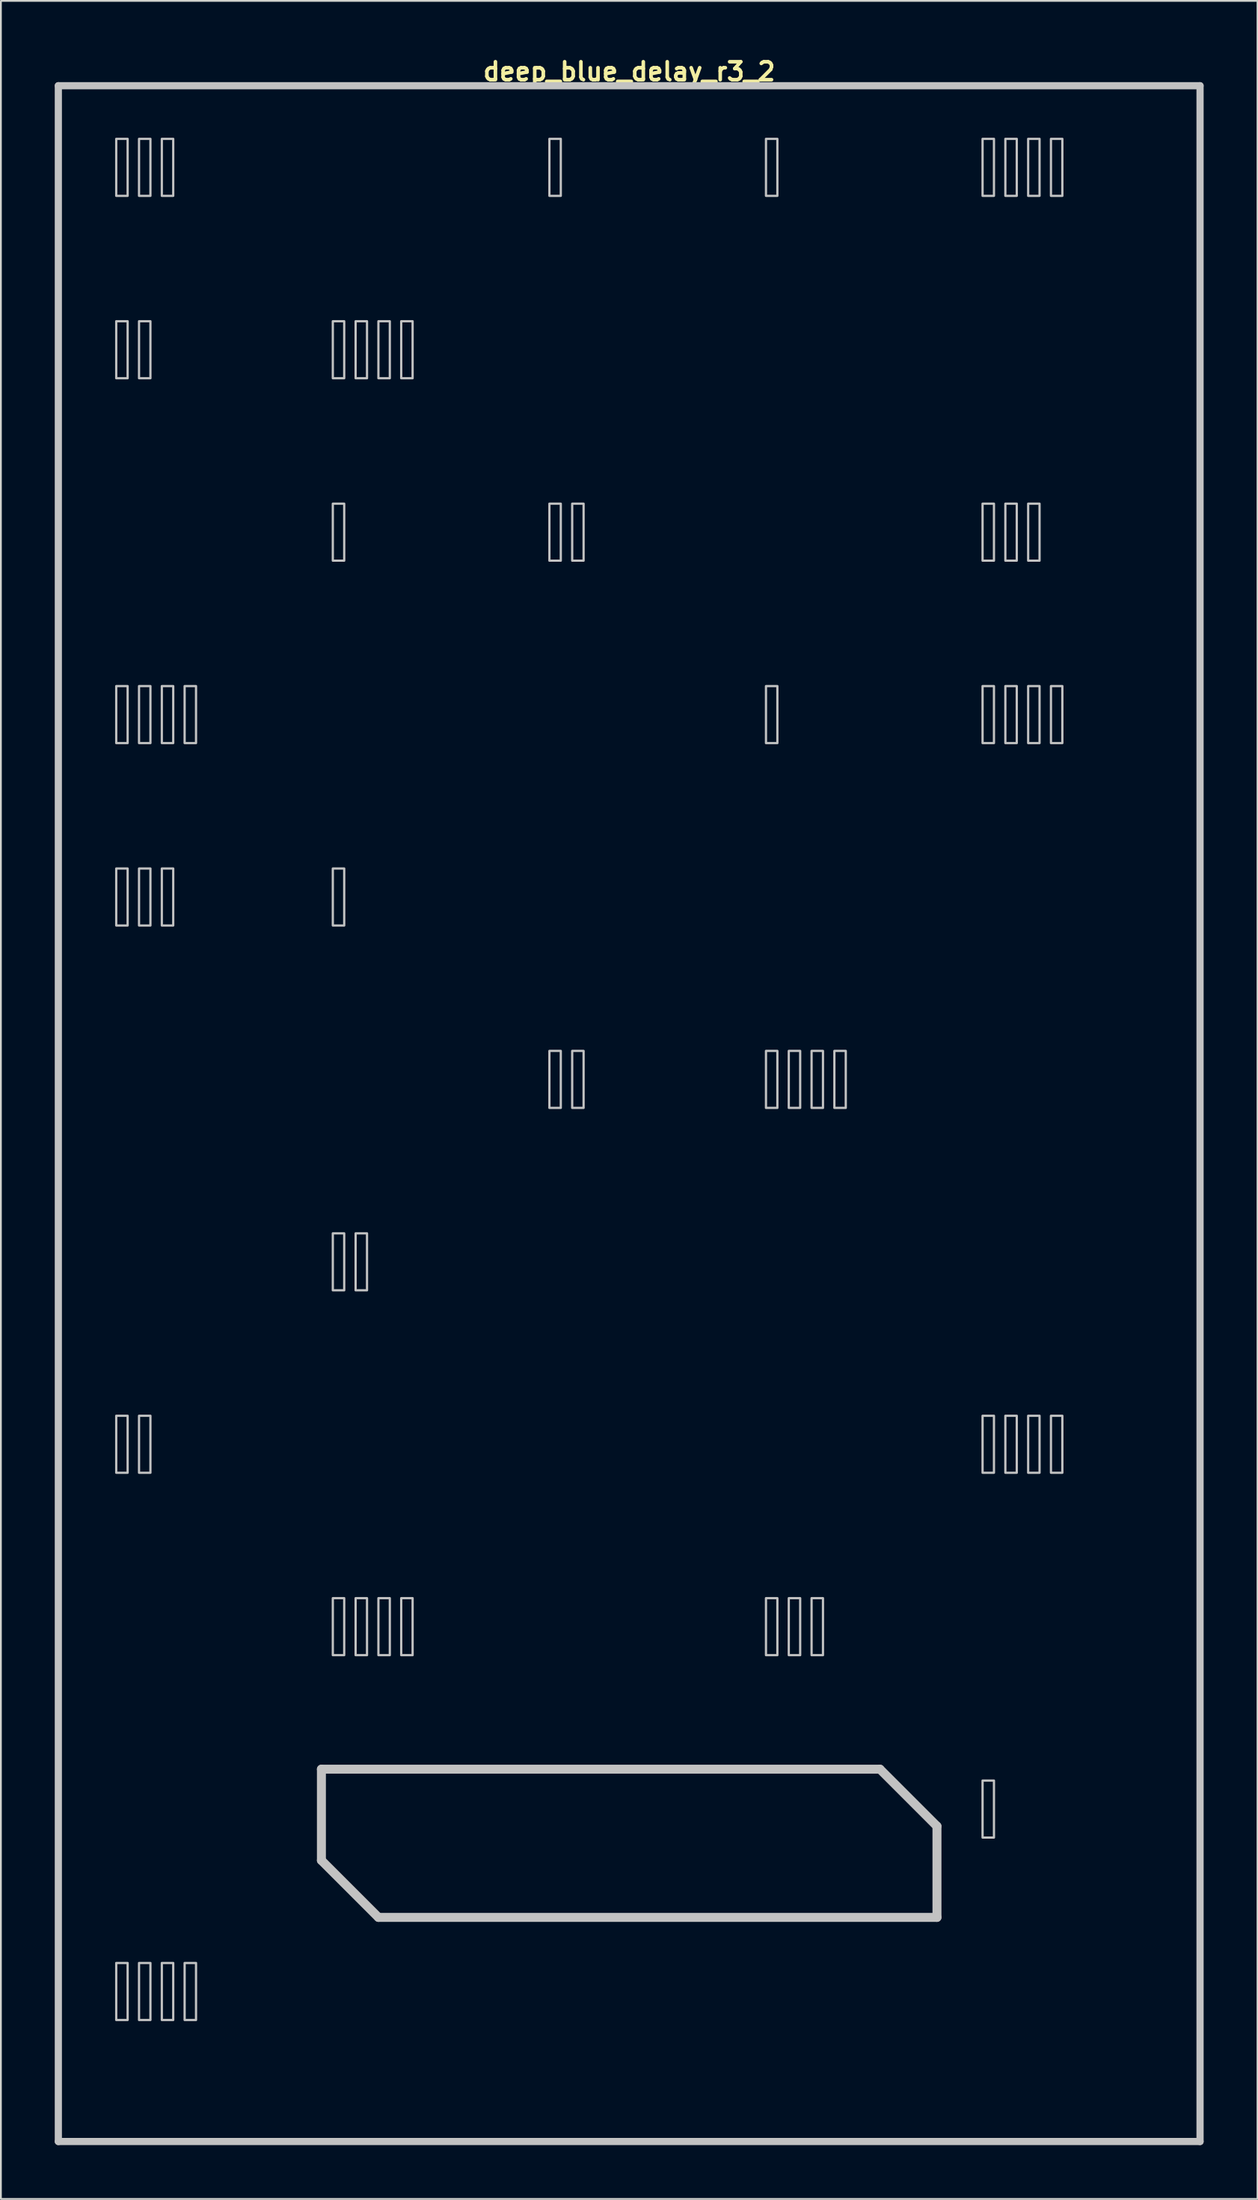
<source format=kicad_pcb>
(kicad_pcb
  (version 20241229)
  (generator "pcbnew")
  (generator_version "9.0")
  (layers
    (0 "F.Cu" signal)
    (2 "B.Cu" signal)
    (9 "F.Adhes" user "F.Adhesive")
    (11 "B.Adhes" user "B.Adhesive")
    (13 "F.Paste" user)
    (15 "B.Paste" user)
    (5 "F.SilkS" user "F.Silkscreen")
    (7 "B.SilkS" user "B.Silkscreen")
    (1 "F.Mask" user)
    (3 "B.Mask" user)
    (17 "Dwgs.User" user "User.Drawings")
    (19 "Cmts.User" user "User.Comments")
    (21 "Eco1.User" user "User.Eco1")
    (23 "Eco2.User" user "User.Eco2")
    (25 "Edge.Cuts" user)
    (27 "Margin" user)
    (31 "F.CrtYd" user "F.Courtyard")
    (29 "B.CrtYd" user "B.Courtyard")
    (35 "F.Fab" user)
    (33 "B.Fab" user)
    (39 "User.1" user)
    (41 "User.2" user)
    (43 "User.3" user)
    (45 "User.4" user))
  (footprint "deep_blue_delay_r3_2"
    (layer "F.Cu")
    (at 32 58.975)
    (property "Reference" "deep_blue_delay_r3_2" (at 0 -58.039 0) (layer "F.SilkS") (effects (font (size 1 1) (thickness 0.2))))
    (attr through_hole)
    (fp_line (start -31.8 -57.25) (end -31.8 57.25) (stroke (width 0.4) (type solid)) (layer "Dwgs.User"))
    (fp_line (start -31.8 -57.25) (end 31.8 -57.25) (stroke (width 0.4) (type solid)) (layer "Dwgs.User"))
    (fp_line (start -31.8 57.25) (end 31.8 57.25) (stroke (width 0.4) (type solid)) (layer "Dwgs.User"))
    (fp_line (start -17.145 36.513) (end -17.145 41.593) (stroke (width 0.5) (type solid)) (layer "Dwgs.User"))
    (fp_line (start -17.145 36.513) (end 13.97 36.513) (stroke (width 0.5) (type solid)) (layer "Dwgs.User"))
    (fp_line (start -17.145 41.593) (end -13.97 44.767) (stroke (width 0.5) (type solid)) (layer "Dwgs.User"))
    (fp_line (start -13.97 44.767) (end 17.145 44.767) (stroke (width 0.5) (type solid)) (layer "Dwgs.User"))
    (fp_line (start 13.97 36.513) (end 17.145 39.688) (stroke (width 0.5) (type solid)) (layer "Dwgs.User"))
    (fp_line (start 17.145 39.688) (end 17.145 44.767) (stroke (width 0.5) (type solid)) (layer "Dwgs.User"))
    (fp_line (start 31.8 -57.25) (end 31.8 57.25) (stroke (width 0.4) (type solid)) (layer "Dwgs.User"))
    (fp_poly (pts (xy -27.94 -51.117) (xy -28.575 -51.117) (xy -28.575 -54.292) (xy -27.94 -54.292)) (stroke (width 0.125) (type solid)) (fill no) (layer "Dwgs.User"))
    (fp_poly (pts (xy -27.94 -40.958) (xy -28.575 -40.958) (xy -28.575 -44.133) (xy -27.94 -44.133)) (stroke (width 0.125) (type solid)) (fill no) (layer "Dwgs.User"))
    (fp_poly (pts (xy -27.94 -20.637) (xy -28.575 -20.637) (xy -28.575 -23.812) (xy -27.94 -23.812)) (stroke (width 0.125) (type solid)) (fill no) (layer "Dwgs.User"))
    (fp_poly (pts (xy -27.94 -10.477) (xy -28.575 -10.477) (xy -28.575 -13.652) (xy -27.94 -13.652)) (stroke (width 0.125) (type solid)) (fill no) (layer "Dwgs.User"))
    (fp_poly (pts (xy -27.94 20.003) (xy -28.575 20.003) (xy -28.575 16.828) (xy -27.94 16.828)) (stroke (width 0.125) (type solid)) (fill no) (layer "Dwgs.User"))
    (fp_poly (pts (xy -27.94 50.483) (xy -28.575 50.483) (xy -28.575 47.307) (xy -27.94 47.307)) (stroke (width 0.125) (type solid)) (fill no) (layer "Dwgs.User"))
    (fp_poly (pts (xy -26.67 -51.117) (xy -27.305 -51.117) (xy -27.305 -54.292) (xy -26.67 -54.292)) (stroke (width 0.125) (type solid)) (fill no) (layer "Dwgs.User"))
    (fp_poly (pts (xy -26.67 -40.958) (xy -27.305 -40.958) (xy -27.305 -44.133) (xy -26.67 -44.133)) (stroke (width 0.125) (type solid)) (fill no) (layer "Dwgs.User"))
    (fp_poly (pts (xy -26.67 -20.637) (xy -27.305 -20.637) (xy -27.305 -23.812) (xy -26.67 -23.812)) (stroke (width 0.125) (type solid)) (fill no) (layer "Dwgs.User"))
    (fp_poly (pts (xy -26.67 -10.477) (xy -27.305 -10.477) (xy -27.305 -13.652) (xy -26.67 -13.652)) (stroke (width 0.125) (type solid)) (fill no) (layer "Dwgs.User"))
    (fp_poly (pts (xy -26.67 20.003) (xy -27.305 20.003) (xy -27.305 16.828) (xy -26.67 16.828)) (stroke (width 0.125) (type solid)) (fill no) (layer "Dwgs.User"))
    (fp_poly (pts (xy -26.67 50.483) (xy -27.305 50.483) (xy -27.305 47.307) (xy -26.67 47.307)) (stroke (width 0.125) (type solid)) (fill no) (layer "Dwgs.User"))
    (fp_poly (pts (xy -25.4 -51.117) (xy -26.035 -51.117) (xy -26.035 -54.292) (xy -25.4 -54.292)) (stroke (width 0.125) (type solid)) (fill no) (layer "Dwgs.User"))
    (fp_poly (pts (xy -25.4 -20.637) (xy -26.035 -20.637) (xy -26.035 -23.812) (xy -25.4 -23.812)) (stroke (width 0.125) (type solid)) (fill no) (layer "Dwgs.User"))
    (fp_poly (pts (xy -25.4 -10.477) (xy -26.035 -10.477) (xy -26.035 -13.652) (xy -25.4 -13.652)) (stroke (width 0.125) (type solid)) (fill no) (layer "Dwgs.User"))
    (fp_poly (pts (xy -25.4 50.483) (xy -26.035 50.483) (xy -26.035 47.307) (xy -25.4 47.307)) (stroke (width 0.125) (type solid)) (fill no) (layer "Dwgs.User"))
    (fp_poly (pts (xy -24.13 -20.637) (xy -24.765 -20.637) (xy -24.765 -23.812) (xy -24.13 -23.812)) (stroke (width 0.125) (type solid)) (fill no) (layer "Dwgs.User"))
    (fp_poly (pts (xy -24.13 50.483) (xy -24.765 50.483) (xy -24.765 47.307) (xy -24.13 47.307)) (stroke (width 0.125) (type solid)) (fill no) (layer "Dwgs.User"))
    (fp_poly (pts (xy -15.875 -40.958) (xy -16.51 -40.958) (xy -16.51 -44.133) (xy -15.875 -44.133)) (stroke (width 0.125) (type solid)) (fill no) (layer "Dwgs.User"))
    (fp_poly (pts (xy -15.875 -30.797) (xy -16.51 -30.797) (xy -16.51 -33.972) (xy -15.875 -33.972)) (stroke (width 0.125) (type solid)) (fill no) (layer "Dwgs.User"))
    (fp_poly (pts (xy -15.875 -10.477) (xy -16.51 -10.477) (xy -16.51 -13.652) (xy -15.875 -13.652)) (stroke (width 0.125) (type solid)) (fill no) (layer "Dwgs.User"))
    (fp_poly (pts (xy -15.875 9.842) (xy -16.51 9.842) (xy -16.51 6.668) (xy -15.875 6.668)) (stroke (width 0.125) (type solid)) (fill no) (layer "Dwgs.User"))
    (fp_poly (pts (xy -15.875 30.163) (xy -16.51 30.163) (xy -16.51 26.988) (xy -15.875 26.988)) (stroke (width 0.125) (type solid)) (fill no) (layer "Dwgs.User"))
    (fp_poly (pts (xy -14.605 -40.958) (xy -15.24 -40.958) (xy -15.24 -44.133) (xy -14.605 -44.133)) (stroke (width 0.125) (type solid)) (fill no) (layer "Dwgs.User"))
    (fp_poly (pts (xy -14.605 9.842) (xy -15.24 9.842) (xy -15.24 6.668) (xy -14.605 6.668)) (stroke (width 0.125) (type solid)) (fill no) (layer "Dwgs.User"))
    (fp_poly (pts (xy -14.605 30.163) (xy -15.24 30.163) (xy -15.24 26.988) (xy -14.605 26.988)) (stroke (width 0.125) (type solid)) (fill no) (layer "Dwgs.User"))
    (fp_poly (pts (xy -13.335 -40.958) (xy -13.97 -40.958) (xy -13.97 -44.133) (xy -13.335 -44.133)) (stroke (width 0.125) (type solid)) (fill no) (layer "Dwgs.User"))
    (fp_poly (pts (xy -13.335 30.163) (xy -13.97 30.163) (xy -13.97 26.988) (xy -13.335 26.988)) (stroke (width 0.125) (type solid)) (fill no) (layer "Dwgs.User"))
    (fp_poly (pts (xy -12.065 -40.958) (xy -12.7 -40.958) (xy -12.7 -44.133) (xy -12.065 -44.133)) (stroke (width 0.125) (type solid)) (fill no) (layer "Dwgs.User"))
    (fp_poly (pts (xy -12.065 30.163) (xy -12.7 30.163) (xy -12.7 26.988) (xy -12.065 26.988)) (stroke (width 0.125) (type solid)) (fill no) (layer "Dwgs.User"))
    (fp_poly (pts (xy -3.81 -51.117) (xy -4.445 -51.117) (xy -4.445 -54.292) (xy -3.81 -54.292)) (stroke (width 0.125) (type solid)) (fill no) (layer "Dwgs.User"))
    (fp_poly (pts (xy -3.81 -30.797) (xy -4.445 -30.797) (xy -4.445 -33.972) (xy -3.81 -33.972)) (stroke (width 0.125) (type solid)) (fill no) (layer "Dwgs.User"))
    (fp_poly (pts (xy -3.81 -0.318) (xy -4.445 -0.318) (xy -4.445 -3.493) (xy -3.81 -3.493)) (stroke (width 0.125) (type solid)) (fill no) (layer "Dwgs.User"))
    (fp_poly (pts (xy -2.54 -30.797) (xy -3.175 -30.797) (xy -3.175 -33.972) (xy -2.54 -33.972)) (stroke (width 0.125) (type solid)) (fill no) (layer "Dwgs.User"))
    (fp_poly (pts (xy -2.54 -0.318) (xy -3.175 -0.318) (xy -3.175 -3.493) (xy -2.54 -3.493)) (stroke (width 0.125) (type solid)) (fill no) (layer "Dwgs.User"))
    (fp_poly (pts (xy 8.255 -51.117) (xy 7.62 -51.117) (xy 7.62 -54.292) (xy 8.255 -54.292)) (stroke (width 0.125) (type solid)) (fill no) (layer "Dwgs.User"))
    (fp_poly (pts (xy 8.255 -20.637) (xy 7.62 -20.637) (xy 7.62 -23.812) (xy 8.255 -23.812)) (stroke (width 0.125) (type solid)) (fill no) (layer "Dwgs.User"))
    (fp_poly (pts (xy 8.255 -0.318) (xy 7.62 -0.318) (xy 7.62 -3.493) (xy 8.255 -3.493)) (stroke (width 0.125) (type solid)) (fill no) (layer "Dwgs.User"))
    (fp_poly (pts (xy 8.255 30.163) (xy 7.62 30.163) (xy 7.62 26.988) (xy 8.255 26.988)) (stroke (width 0.125) (type solid)) (fill no) (layer "Dwgs.User"))
    (fp_poly (pts (xy 9.525 -0.318) (xy 8.89 -0.318) (xy 8.89 -3.493) (xy 9.525 -3.493)) (stroke (width 0.125) (type solid)) (fill no) (layer "Dwgs.User"))
    (fp_poly (pts (xy 9.525 30.163) (xy 8.89 30.163) (xy 8.89 26.988) (xy 9.525 26.988)) (stroke (width 0.125) (type solid)) (fill no) (layer "Dwgs.User"))
    (fp_poly (pts (xy 10.795 -0.318) (xy 10.16 -0.318) (xy 10.16 -3.493) (xy 10.795 -3.493)) (stroke (width 0.125) (type solid)) (fill no) (layer "Dwgs.User"))
    (fp_poly (pts (xy 10.795 30.163) (xy 10.16 30.163) (xy 10.16 26.988) (xy 10.795 26.988)) (stroke (width 0.125) (type solid)) (fill no) (layer "Dwgs.User"))
    (fp_poly (pts (xy 12.065 -0.318) (xy 11.43 -0.318) (xy 11.43 -3.493) (xy 12.065 -3.493)) (stroke (width 0.125) (type solid)) (fill no) (layer "Dwgs.User"))
    (fp_poly (pts (xy 20.32 -51.117) (xy 19.685 -51.117) (xy 19.685 -54.292) (xy 20.32 -54.292)) (stroke (width 0.125) (type solid)) (fill no) (layer "Dwgs.User"))
    (fp_poly (pts (xy 20.32 -30.797) (xy 19.685 -30.797) (xy 19.685 -33.972) (xy 20.32 -33.972)) (stroke (width 0.125) (type solid)) (fill no) (layer "Dwgs.User"))
    (fp_poly (pts (xy 20.32 -20.637) (xy 19.685 -20.637) (xy 19.685 -23.812) (xy 20.32 -23.812)) (stroke (width 0.125) (type solid)) (fill no) (layer "Dwgs.User"))
    (fp_poly (pts (xy 20.32 20.003) (xy 19.685 20.003) (xy 19.685 16.828) (xy 20.32 16.828)) (stroke (width 0.125) (type solid)) (fill no) (layer "Dwgs.User"))
    (fp_poly (pts (xy 20.32 40.322) (xy 19.685 40.322) (xy 19.685 37.148) (xy 20.32 37.148)) (stroke (width 0.125) (type solid)) (fill no) (layer "Dwgs.User"))
    (fp_poly (pts (xy 21.59 -51.117) (xy 20.955 -51.117) (xy 20.955 -54.292) (xy 21.59 -54.292)) (stroke (width 0.125) (type solid)) (fill no) (layer "Dwgs.User"))
    (fp_poly (pts (xy 21.59 -30.797) (xy 20.955 -30.797) (xy 20.955 -33.972) (xy 21.59 -33.972)) (stroke (width 0.125) (type solid)) (fill no) (layer "Dwgs.User"))
    (fp_poly (pts (xy 21.59 -20.637) (xy 20.955 -20.637) (xy 20.955 -23.812) (xy 21.59 -23.812)) (stroke (width 0.125) (type solid)) (fill no) (layer "Dwgs.User"))
    (fp_poly (pts (xy 21.59 20.003) (xy 20.955 20.003) (xy 20.955 16.828) (xy 21.59 16.828)) (stroke (width 0.125) (type solid)) (fill no) (layer "Dwgs.User"))
    (fp_poly (pts (xy 22.86 -51.117) (xy 22.225 -51.117) (xy 22.225 -54.292) (xy 22.86 -54.292)) (stroke (width 0.125) (type solid)) (fill no) (layer "Dwgs.User"))
    (fp_poly (pts (xy 22.86 -30.797) (xy 22.225 -30.797) (xy 22.225 -33.972) (xy 22.86 -33.972)) (stroke (width 0.125) (type solid)) (fill no) (layer "Dwgs.User"))
    (fp_poly (pts (xy 22.86 -20.637) (xy 22.225 -20.637) (xy 22.225 -23.812) (xy 22.86 -23.812)) (stroke (width 0.125) (type solid)) (fill no) (layer "Dwgs.User"))
    (fp_poly (pts (xy 22.86 20.003) (xy 22.225 20.003) (xy 22.225 16.828) (xy 22.86 16.828)) (stroke (width 0.125) (type solid)) (fill no) (layer "Dwgs.User"))
    (fp_poly (pts (xy 24.13 -51.117) (xy 23.495 -51.117) (xy 23.495 -54.292) (xy 24.13 -54.292)) (stroke (width 0.125) (type solid)) (fill no) (layer "Dwgs.User"))
    (fp_poly (pts (xy 24.13 -20.637) (xy 23.495 -20.637) (xy 23.495 -23.812) (xy 24.13 -23.812)) (stroke (width 0.125) (type solid)) (fill no) (layer "Dwgs.User"))
    (fp_poly (pts (xy 24.13 20.003) (xy 23.495 20.003) (xy 23.495 16.828) (xy 24.13 16.828)) (stroke (width 0.125) (type solid)) (fill no) (layer "Dwgs.User"))
    (fp_line (start -31.8 -57.25) (end -31.8 57.25) (stroke (width 0.4) (type solid)) (layer "Eco1.User"))
    (fp_line (start -31.8 -57.25) (end 31.8 -57.25) (stroke (width 0.4) (type solid)) (layer "Eco1.User"))
    (fp_line (start -31.8 57.25) (end 31.8 57.25) (stroke (width 0.4) (type solid)) (layer "Eco1.User"))
    (fp_line (start -30.45 -55.75) (end -30.45 55.75) (stroke (width 0.4) (type solid)) (layer "Eco1.User"))
    (fp_line (start -30.45 -55.75) (end 30.45 -55.75) (stroke (width 0.4) (type solid)) (layer "Eco1.User"))
    (fp_line (start -30.45 55.75) (end 30.45 55.75) (stroke (width 0.4) (type solid)) (layer "Eco1.User"))
    (fp_line (start 30.45 -55.75) (end 30.45 55.75) (stroke (width 0.4) (type solid)) (layer "Eco1.User"))
    (fp_line (start 31.8 -57.25) (end 31.8 57.25) (stroke (width 0.4) (type solid)) (layer "Eco1.User"))
    (fp_circle (center -19.05 -40.44) (end -15.35 -40.44) (stroke (width 0.4) (type solid)) (fill no) (layer "Eco1.User"))
    (fp_circle (center -19.05 -40.44) (end -9.55 -40.44) (stroke (width 0.4) (type solid)) (fill no) (layer "Eco1.User"))
    (fp_circle (center -8.89 -50.8) (end -7.39 -50.8) (stroke (width 0.4) (type solid)) (fill no) (layer "Eco1.User"))
    (fp_circle (center -8.89 -50.8) (end -5.39 -50.8) (stroke (width 0.4) (type solid)) (fill no) (layer "Eco1.User"))
    (fp_circle (center 0 -26.47) (end 3.7 -26.47) (stroke (width 0.4) (type solid)) (fill no) (layer "Eco1.User"))
    (fp_circle (center 0 -26.47) (end 9.5 -26.47) (stroke (width 0.4) (type solid)) (fill no) (layer "Eco1.User"))
    (fp_circle (center 0 -7.62) (end 2.65 -7.62) (stroke (width 0.4) (type solid)) (fill no) (layer "Eco1.User"))
    (fp_circle (center 0 19.05) (end 6.5 19.05) (stroke (width 0.4) (type solid)) (fill no) (layer "Eco1.User"))
    (fp_circle (center 0 19.05) (end 9.75 19.05) (stroke (width 0.4) (type solid)) (fill no) (layer "Eco1.User"))
    (fp_circle (center 8.89 -50.8) (end 10.39 -50.8) (stroke (width 0.4) (type solid)) (fill no) (layer "Eco1.User"))
    (fp_circle (center 8.89 -50.8) (end 12.39 -50.8) (stroke (width 0.4) (type solid)) (fill no) (layer "Eco1.User"))
    (fp_circle (center 19.05 -40.44) (end 22.75 -40.44) (stroke (width 0.4) (type solid)) (fill no) (layer "Eco1.User"))
    (fp_circle (center 19.05 -40.44) (end 28.55 -40.44) (stroke (width 0.4) (type solid)) (fill no) (layer "Eco1.User"))
    (fp_line (start -31.8 -57.25) (end -31.8 57.25) (stroke (width 0.4) (type solid)) (layer "Eco2.User"))
    (fp_line (start -31.8 -57.25) (end 31.8 -57.25) (stroke (width 0.4) (type solid)) (layer "Eco2.User"))
    (fp_line (start -31.8 57.25) (end 31.8 57.25) (stroke (width 0.4) (type solid)) (layer "Eco2.User"))
    (fp_line (start -29.21 -54.928) (end -29.21 -49.847) (stroke (width 0.5) (type solid)) (layer "Eco2.User"))
    (fp_line (start -29.21 -54.928) (end -22.225 -54.928) (stroke (width 0.5) (type solid)) (layer "Eco2.User"))
    (fp_line (start -29.21 -49.847) (end -26.035 -46.672) (stroke (width 0.5) (type solid)) (layer "Eco2.User"))
    (fp_line (start -29.21 -44.767) (end -29.21 -39.688) (stroke (width 0.5) (type solid)) (layer "Eco2.User"))
    (fp_line (start -29.21 -44.767) (end -22.225 -44.767) (stroke (width 0.5) (type solid)) (layer "Eco2.User"))
    (fp_line (start -29.21 -39.688) (end -26.035 -36.513) (stroke (width 0.5) (type solid)) (layer "Eco2.User"))
    (fp_line (start -29.21 -34.608) (end -29.21 -29.527) (stroke (width 0.5) (type solid)) (layer "Eco2.User"))
    (fp_line (start -29.21 -34.608) (end -22.225 -34.608) (stroke (width 0.5) (type solid)) (layer "Eco2.User"))
    (fp_line (start -29.21 -29.527) (end -26.035 -26.352) (stroke (width 0.5) (type solid)) (layer "Eco2.User"))
    (fp_line (start -29.21 -24.448) (end -29.21 -19.367) (stroke (width 0.5) (type solid)) (layer "Eco2.User"))
    (fp_line (start -29.21 -24.448) (end -22.225 -24.448) (stroke (width 0.5) (type solid)) (layer "Eco2.User"))
    (fp_line (start -29.21 -19.367) (end -26.035 -16.192) (stroke (width 0.5) (type solid)) (layer "Eco2.User"))
    (fp_line (start -29.21 -14.287) (end -29.21 -9.207) (stroke (width 0.5) (type solid)) (layer "Eco2.User"))
    (fp_line (start -29.21 -14.287) (end -22.225 -14.287) (stroke (width 0.5) (type solid)) (layer "Eco2.User"))
    (fp_line (start -29.21 -9.207) (end -26.035 -6.032) (stroke (width 0.5) (type solid)) (layer "Eco2.User"))
    (fp_line (start -29.21 -4.128) (end -29.21 0.953) (stroke (width 0.5) (type solid)) (layer "Eco2.User"))
    (fp_line (start -29.21 -4.128) (end -22.225 -4.128) (stroke (width 0.5) (type solid)) (layer "Eco2.User"))
    (fp_line (start -29.21 0.953) (end -26.035 4.128) (stroke (width 0.5) (type solid)) (layer "Eco2.User"))
    (fp_line (start -29.21 6.032) (end -29.21 11.113) (stroke (width 0.5) (type solid)) (layer "Eco2.User"))
    (fp_line (start -29.21 6.032) (end -22.225 6.032) (stroke (width 0.5) (type solid)) (layer "Eco2.User"))
    (fp_line (start -29.21 11.113) (end -26.035 14.287) (stroke (width 0.5) (type solid)) (layer "Eco2.User"))
    (fp_line (start -29.21 16.192) (end -29.21 21.273) (stroke (width 0.5) (type solid)) (layer "Eco2.User"))
    (fp_line (start -29.21 16.192) (end -22.225 16.192) (stroke (width 0.5) (type solid)) (layer "Eco2.User"))
    (fp_line (start -29.21 21.273) (end -26.035 24.448) (stroke (width 0.5) (type solid)) (layer "Eco2.User"))
    (fp_line (start -29.21 26.352) (end -29.21 31.433) (stroke (width 0.5) (type solid)) (layer "Eco2.User"))
    (fp_line (start -29.21 26.352) (end -22.225 26.352) (stroke (width 0.5) (type solid)) (layer "Eco2.User"))
    (fp_line (start -29.21 31.433) (end -26.035 34.608) (stroke (width 0.5) (type solid)) (layer "Eco2.User"))
    (fp_line (start -29.21 36.513) (end -29.21 41.593) (stroke (width 0.5) (type solid)) (layer "Eco2.User"))
    (fp_line (start -29.21 36.513) (end -22.225 36.513) (stroke (width 0.5) (type solid)) (layer "Eco2.User"))
    (fp_line (start -29.21 41.593) (end -26.035 44.767) (stroke (width 0.5) (type solid)) (layer "Eco2.User"))
    (fp_line (start -29.21 46.672) (end -29.21 51.752) (stroke (width 0.5) (type solid)) (layer "Eco2.User"))
    (fp_line (start -29.21 46.672) (end 26.035 46.672) (stroke (width 0.5) (type solid)) (layer "Eco2.User"))
    (fp_line (start -29.21 51.752) (end -26.035 54.928) (stroke (width 0.5) (type solid)) (layer "Eco2.User"))
    (fp_line (start -26.035 -46.672) (end -19.05 -46.672) (stroke (width 0.5) (type solid)) (layer "Eco2.User"))
    (fp_line (start -26.035 -36.513) (end -19.05 -36.513) (stroke (width 0.5) (type solid)) (layer "Eco2.User"))
    (fp_line (start -26.035 -16.192) (end -19.05 -16.192) (stroke (width 0.5) (type solid)) (layer "Eco2.User"))
    (fp_line (start -26.035 -6.032) (end -19.05 -6.032) (stroke (width 0.5) (type solid)) (layer "Eco2.User"))
    (fp_line (start -26.035 4.128) (end -19.05 4.128) (stroke (width 0.5) (type solid)) (layer "Eco2.User"))
    (fp_line (start -26.035 14.287) (end -19.05 14.287) (stroke (width 0.5) (type solid)) (layer "Eco2.User"))
    (fp_line (start -26.035 24.448) (end -19.05 24.448) (stroke (width 0.5) (type solid)) (layer "Eco2.User"))
    (fp_line (start -26.035 34.608) (end -19.05 34.608) (stroke (width 0.5) (type solid)) (layer "Eco2.User"))
    (fp_line (start -26.035 44.767) (end -19.05 44.767) (stroke (width 0.5) (type solid)) (layer "Eco2.User"))
    (fp_line (start -26.035 54.928) (end 29.21 54.928) (stroke (width 0.5) (type solid)) (layer "Eco2.User"))
    (fp_line (start -22.225 -54.928) (end -19.05 -51.752) (stroke (width 0.5) (type solid)) (layer "Eco2.User"))
    (fp_line (start -22.225 -44.767) (end -19.05 -41.593) (stroke (width 0.5) (type solid)) (layer "Eco2.User"))
    (fp_line (start -22.225 -34.608) (end -19.05 -31.433) (stroke (width 0.5) (type solid)) (layer "Eco2.User"))
    (fp_line (start -22.225 -24.448) (end -19.05 -21.273) (stroke (width 0.5) (type solid)) (layer "Eco2.User"))
    (fp_line (start -22.225 -14.287) (end -19.05 -11.113) (stroke (width 0.5) (type solid)) (layer "Eco2.User"))
    (fp_line (start -22.225 -4.128) (end -19.05 -0.953) (stroke (width 0.5) (type solid)) (layer "Eco2.User"))
    (fp_line (start -22.225 6.032) (end -19.05 9.207) (stroke (width 0.5) (type solid)) (layer "Eco2.User"))
    (fp_line (start -22.225 16.192) (end -19.05 19.367) (stroke (width 0.5) (type solid)) (layer "Eco2.User"))
    (fp_line (start -22.225 26.352) (end -19.05 29.527) (stroke (width 0.5) (type solid)) (layer "Eco2.User"))
    (fp_line (start -22.225 36.513) (end -19.05 39.688) (stroke (width 0.5) (type solid)) (layer "Eco2.User"))
    (fp_line (start -19.05 -51.752) (end -19.05 -46.672) (stroke (width 0.5) (type solid)) (layer "Eco2.User"))
    (fp_line (start -19.05 -41.593) (end -19.05 -36.513) (stroke (width 0.5) (type solid)) (layer "Eco2.User"))
    (fp_line (start -19.05 -31.433) (end -19.05 -29.845) (stroke (width 0.5) (type solid)) (layer "Eco2.User"))
    (fp_line (start -19.05 -21.273) (end -19.05 -16.192) (stroke (width 0.5) (type solid)) (layer "Eco2.User"))
    (fp_line (start -19.05 -11.113) (end -19.05 -6.032) (stroke (width 0.5) (type solid)) (layer "Eco2.User"))
    (fp_line (start -19.05 -0.953) (end -19.05 4.128) (stroke (width 0.5) (type solid)) (layer "Eco2.User"))
    (fp_line (start -19.05 9.207) (end -19.05 14.287) (stroke (width 0.5) (type solid)) (layer "Eco2.User"))
    (fp_line (start -19.05 19.367) (end -19.05 24.448) (stroke (width 0.5) (type solid)) (layer "Eco2.User"))
    (fp_line (start -19.05 29.527) (end -19.05 34.608) (stroke (width 0.5) (type solid)) (layer "Eco2.User"))
    (fp_line (start -19.05 39.688) (end -19.05 44.767) (stroke (width 0.5) (type solid)) (layer "Eco2.User"))
    (fp_line (start -17.145 -54.928) (end -17.145 -49.847) (stroke (width 0.5) (type solid)) (layer "Eco2.User"))
    (fp_line (start -17.145 -54.928) (end -10.16 -54.928) (stroke (width 0.5) (type solid)) (layer "Eco2.User"))
    (fp_line (start -17.145 -49.847) (end -13.97 -46.672) (stroke (width 0.5) (type solid)) (layer "Eco2.User"))
    (fp_line (start -17.145 -44.767) (end -17.145 -39.688) (stroke (width 0.5) (type solid)) (layer "Eco2.User"))
    (fp_line (start -17.145 -44.767) (end 13.97 -44.767) (stroke (width 0.5) (type solid)) (layer "Eco2.User"))
    (fp_line (start -17.145 -39.688) (end -13.97 -36.513) (stroke (width 0.5) (type solid)) (layer "Eco2.User"))
    (fp_line (start -17.145 -34.608) (end -17.145 -29.845) (stroke (width 0.5) (type solid)) (layer "Eco2.User"))
    (fp_line (start -17.145 -34.608) (end -10.16 -34.608) (stroke (width 0.5) (type solid)) (layer "Eco2.User"))
    (fp_line (start -17.145 -24.448) (end -17.145 -19.367) (stroke (width 0.5) (type solid)) (layer "Eco2.User"))
    (fp_line (start -17.145 -24.448) (end -10.16 -24.448) (stroke (width 0.5) (type solid)) (layer "Eco2.User"))
    (fp_line (start -17.145 -19.367) (end -13.97 -16.192) (stroke (width 0.5) (type solid)) (layer "Eco2.User"))
    (fp_line (start -17.145 -14.287) (end -17.145 -9.207) (stroke (width 0.5) (type solid)) (layer "Eco2.User"))
    (fp_line (start -17.145 -14.287) (end -10.16 -14.287) (stroke (width 0.5) (type solid)) (layer "Eco2.User"))
    (fp_line (start -17.145 -9.207) (end -13.97 -6.032) (stroke (width 0.5) (type solid)) (layer "Eco2.User"))
    (fp_line (start -17.145 -4.128) (end -17.145 0.953) (stroke (width 0.5) (type solid)) (layer "Eco2.User"))
    (fp_line (start -17.145 -4.128) (end -10.16 -4.128) (stroke (width 0.5) (type solid)) (layer "Eco2.User"))
    (fp_line (start -17.145 0.953) (end -13.97 4.128) (stroke (width 0.5) (type solid)) (layer "Eco2.User"))
    (fp_line (start -17.145 6.032) (end -17.145 11.113) (stroke (width 0.5) (type solid)) (layer "Eco2.User"))
    (fp_line (start -17.145 6.032) (end -10.16 6.032) (stroke (width 0.5) (type solid)) (layer "Eco2.User"))
    (fp_line (start -17.145 11.113) (end -13.97 14.287) (stroke (width 0.5) (type solid)) (layer "Eco2.User"))
    (fp_line (start -17.145 16.192) (end -17.145 21.273) (stroke (width 0.5) (type solid)) (layer "Eco2.User"))
    (fp_line (start -17.145 16.192) (end -10.16 16.192) (stroke (width 0.5) (type solid)) (layer "Eco2.User"))
    (fp_line (start -17.145 21.273) (end -13.97 24.448) (stroke (width 0.5) (type solid)) (layer "Eco2.User"))
    (fp_line (start -17.145 26.352) (end -17.145 31.433) (stroke (width 0.5) (type solid)) (layer "Eco2.User"))
    (fp_line (start -17.145 26.352) (end -10.16 26.352) (stroke (width 0.5) (type solid)) (layer "Eco2.User"))
    (fp_line (start -17.145 31.433) (end -13.97 34.608) (stroke (width 0.5) (type solid)) (layer "Eco2.User"))
    (fp_line (start -13.97 -46.672) (end -6.985 -46.672) (stroke (width 0.5) (type solid)) (layer "Eco2.User"))
    (fp_line (start -13.97 -36.513) (end 17.145 -36.513) (stroke (width 0.5) (type solid)) (layer "Eco2.User"))
    (fp_line (start -13.97 -16.192) (end -6.985 -16.192) (stroke (width 0.5) (type solid)) (layer "Eco2.User"))
    (fp_line (start -13.97 -6.032) (end -6.985 -6.032) (stroke (width 0.5) (type solid)) (layer "Eco2.User"))
    (fp_line (start -13.97 4.128) (end -6.985 4.128) (stroke (width 0.5) (type solid)) (layer "Eco2.User"))
    (fp_line (start -13.97 14.287) (end -6.985 14.287) (stroke (width 0.5) (type solid)) (layer "Eco2.User"))
    (fp_line (start -13.97 24.448) (end -6.985 24.448) (stroke (width 0.5) (type solid)) (layer "Eco2.User"))
    (fp_line (start -13.97 34.608) (end -6.985 34.608) (stroke (width 0.5) (type solid)) (layer "Eco2.User"))
    (fp_line (start -12.065 -26.352) (end -6.985 -26.352) (stroke (width 0.5) (type solid)) (layer "Eco2.User"))
    (fp_line (start -10.16 -54.928) (end -6.985 -51.752) (stroke (width 0.5) (type solid)) (layer "Eco2.User"))
    (fp_line (start -10.16 -34.608) (end -6.985 -31.433) (stroke (width 0.5) (type solid)) (layer "Eco2.User"))
    (fp_line (start -10.16 -24.448) (end -6.985 -21.273) (stroke (width 0.5) (type solid)) (layer "Eco2.User"))
    (fp_line (start -10.16 -14.287) (end -8.255 -12.383) (stroke (width 0.5) (type solid)) (layer "Eco2.User"))
    (fp_line (start -10.16 -4.128) (end -6.985 -0.953) (stroke (width 0.5) (type solid)) (layer "Eco2.User"))
    (fp_line (start -10.16 6.032) (end -6.985 9.207) (stroke (width 0.5) (type solid)) (layer "Eco2.User"))
    (fp_line (start -10.16 16.192) (end -6.985 19.367) (stroke (width 0.5) (type solid)) (layer "Eco2.User"))
    (fp_line (start -10.16 26.352) (end -6.985 29.527) (stroke (width 0.5) (type solid)) (layer "Eco2.User"))
    (fp_line (start -6.985 -51.752) (end -6.985 -46.672) (stroke (width 0.5) (type solid)) (layer "Eco2.User"))
    (fp_line (start -6.985 -31.433) (end -6.985 -26.352) (stroke (width 0.5) (type solid)) (layer "Eco2.User"))
    (fp_line (start -6.985 -21.273) (end -6.985 -16.192) (stroke (width 0.5) (type solid)) (layer "Eco2.User"))
    (fp_line (start -6.985 -11.113) (end -6.985 -6.032) (stroke (width 0.5) (type solid)) (layer "Eco2.User"))
    (fp_line (start -6.985 -0.953) (end -6.985 4.128) (stroke (width 0.5) (type solid)) (layer "Eco2.User"))
    (fp_line (start -6.985 9.207) (end -6.985 14.287) (stroke (width 0.5) (type solid)) (layer "Eco2.User"))
    (fp_line (start -6.985 19.367) (end -6.985 24.448) (stroke (width 0.5) (type solid)) (layer "Eco2.User"))
    (fp_line (start -6.985 29.527) (end -6.985 34.608) (stroke (width 0.5) (type solid)) (layer "Eco2.User"))
    (fp_line (start -5.715 -40.64) (end -4.445 -40.64) (stroke (width 0.25) (type solid)) (layer "Eco2.User"))
    (fp_line (start -5.08 -54.928) (end -5.08 -49.847) (stroke (width 0.5) (type solid)) (layer "Eco2.User"))
    (fp_line (start -5.08 -54.928) (end 1.905 -54.928) (stroke (width 0.5) (type solid)) (layer "Eco2.User"))
    (fp_line (start -5.08 -49.847) (end -1.905 -46.672) (stroke (width 0.5) (type solid)) (layer "Eco2.User"))
    (fp_line (start -5.08 -41.275) (end -5.08 -40.005) (stroke (width 0.25) (type solid)) (layer "Eco2.User"))
    (fp_line (start -5.08 -34.608) (end -5.08 -29.527) (stroke (width 0.5) (type solid)) (layer "Eco2.User"))
    (fp_line (start -5.08 -34.608) (end 1.905 -34.608) (stroke (width 0.5) (type solid)) (layer "Eco2.User"))
    (fp_line (start -5.08 -29.527) (end -1.905 -26.352) (stroke (width 0.5) (type solid)) (layer "Eco2.User"))
    (fp_line (start -5.08 -24.448) (end -5.08 -19.367) (stroke (width 0.5) (type solid)) (layer "Eco2.User"))
    (fp_line (start -5.08 -24.448) (end 1.905 -24.448) (stroke (width 0.5) (type solid)) (layer "Eco2.User"))
    (fp_line (start -5.08 -19.367) (end -1.905 -16.192) (stroke (width 0.5) (type solid)) (layer "Eco2.User"))
    (fp_line (start -5.08 -11.113) (end -5.08 -9.207) (stroke (width 0.5) (type solid)) (layer "Eco2.User"))
    (fp_line (start -5.08 -9.207) (end -1.905 -6.032) (stroke (width 0.5) (type solid)) (layer "Eco2.User"))
    (fp_line (start -5.08 -4.128) (end -5.08 0.953) (stroke (width 0.5) (type solid)) (layer "Eco2.User"))
    (fp_line (start -5.08 -4.128) (end 1.905 -4.128) (stroke (width 0.5) (type solid)) (layer "Eco2.User"))
    (fp_line (start -5.08 0.953) (end -1.905 4.128) (stroke (width 0.5) (type solid)) (layer "Eco2.User"))
    (fp_line (start -5.08 6.032) (end -5.08 11.113) (stroke (width 0.5) (type solid)) (layer "Eco2.User"))
    (fp_line (start -5.08 6.032) (end 1.905 6.032) (stroke (width 0.5) (type solid)) (layer "Eco2.User"))
    (fp_line (start -5.08 11.113) (end -1.905 14.287) (stroke (width 0.5) (type solid)) (layer "Eco2.User"))
    (fp_line (start -5.08 26.352) (end -5.08 31.433) (stroke (width 0.5) (type solid)) (layer "Eco2.User"))
    (fp_line (start -5.08 26.352) (end 1.905 26.352) (stroke (width 0.5) (type solid)) (layer "Eco2.User"))
    (fp_line (start -5.08 31.433) (end -1.905 34.608) (stroke (width 0.5) (type solid)) (layer "Eco2.User"))
    (fp_line (start -3.81 -40.64) (end -1.27 -40.64) (stroke (width 0.5) (type solid)) (layer "Eco2.User"))
    (fp_line (start -1.905 -46.672) (end 5.08 -46.672) (stroke (width 0.5) (type solid)) (layer "Eco2.User"))
    (fp_line (start -1.905 -26.352) (end 5.08 -26.352) (stroke (width 0.5) (type solid)) (layer "Eco2.User"))
    (fp_line (start -1.905 -16.192) (end 5.08 -16.192) (stroke (width 0.5) (type solid)) (layer "Eco2.User"))
    (fp_line (start -1.905 -6.032) (end 5.08 -6.032) (stroke (width 0.5) (type solid)) (layer "Eco2.User"))
    (fp_line (start -1.905 4.128) (end 5.08 4.128) (stroke (width 0.5) (type solid)) (layer "Eco2.User"))
    (fp_line (start -1.905 14.287) (end 5.08 14.287) (stroke (width 0.5) (type solid)) (layer "Eco2.User"))
    (fp_line (start -1.905 34.608) (end 5.08 34.608) (stroke (width 0.5) (type solid)) (layer "Eco2.User"))
    (fp_line (start 0 -40.64) (end 3.81 -40.64) (stroke (width 0.5) (type solid)) (layer "Eco2.User"))
    (fp_line (start 1.905 -54.928) (end 5.08 -51.752) (stroke (width 0.5) (type solid)) (layer "Eco2.User"))
    (fp_line (start 1.905 -34.608) (end 5.08 -31.433) (stroke (width 0.5) (type solid)) (layer "Eco2.User"))
    (fp_line (start 1.905 -24.448) (end 5.08 -21.273) (stroke (width 0.5) (type solid)) (layer "Eco2.User"))
    (fp_line (start 1.905 -4.128) (end 5.08 -0.953) (stroke (width 0.5) (type solid)) (layer "Eco2.User"))
    (fp_line (start 1.905 6.032) (end 5.08 9.207) (stroke (width 0.5) (type solid)) (layer "Eco2.User"))
    (fp_line (start 1.905 26.352) (end 5.08 29.527) (stroke (width 0.5) (type solid)) (layer "Eco2.User"))
    (fp_line (start 4.445 -40.64) (end 5.715 -40.64) (stroke (width 0.25) (type solid)) (layer "Eco2.User"))
    (fp_line (start 5.08 -51.752) (end 5.08 -46.672) (stroke (width 0.5) (type solid)) (layer "Eco2.User"))
    (fp_line (start 5.08 -31.433) (end 5.08 -26.352) (stroke (width 0.5) (type solid)) (layer "Eco2.User"))
    (fp_line (start 5.08 -21.273) (end 5.08 -16.192) (stroke (width 0.5) (type solid)) (layer "Eco2.User"))
    (fp_line (start 5.08 -11.113) (end 5.08 -6.032) (stroke (width 0.5) (type solid)) (layer "Eco2.User"))
    (fp_line (start 5.08 -0.953) (end 5.08 4.128) (stroke (width 0.5) (type solid)) (layer "Eco2.User"))
    (fp_line (start 5.08 9.207) (end 5.08 14.287) (stroke (width 0.5) (type solid)) (layer "Eco2.User"))
    (fp_line (start 5.08 29.527) (end 5.08 34.608) (stroke (width 0.5) (type solid)) (layer "Eco2.User"))
    (fp_line (start 6.985 -54.928) (end 6.985 -49.847) (stroke (width 0.5) (type solid)) (layer "Eco2.User"))
    (fp_line (start 6.985 -54.928) (end 13.97 -54.928) (stroke (width 0.5) (type solid)) (layer "Eco2.User"))
    (fp_line (start 6.985 -49.847) (end 10.16 -46.672) (stroke (width 0.5) (type solid)) (layer "Eco2.User"))
    (fp_line (start 6.985 -34.608) (end 6.985 -29.527) (stroke (width 0.5) (type solid)) (layer "Eco2.User"))
    (fp_line (start 6.985 -34.608) (end 13.97 -34.608) (stroke (width 0.5) (type solid)) (layer "Eco2.User"))
    (fp_line (start 6.985 -29.527) (end 10.16 -26.352) (stroke (width 0.5) (type solid)) (layer "Eco2.User"))
    (fp_line (start 6.985 -24.448) (end 6.985 -19.367) (stroke (width 0.5) (type solid)) (layer "Eco2.User"))
    (fp_line (start 6.985 -24.448) (end 13.97 -24.448) (stroke (width 0.5) (type solid)) (layer "Eco2.User"))
    (fp_line (start 6.985 -19.367) (end 10.16 -16.192) (stroke (width 0.5) (type solid)) (layer "Eco2.User"))
    (fp_line (start 6.985 -11.113) (end 6.985 -9.207) (stroke (width 0.5) (type solid)) (layer "Eco2.User"))
    (fp_line (start 6.985 -9.207) (end 10.16 -6.032) (stroke (width 0.5) (type solid)) (layer "Eco2.User"))
    (fp_line (start 6.985 -4.128) (end 6.985 0.953) (stroke (width 0.5) (type solid)) (layer "Eco2.User"))
    (fp_line (start 6.985 -4.128) (end 13.97 -4.128) (stroke (width 0.5) (type solid)) (layer "Eco2.User"))
    (fp_line (start 6.985 0.953) (end 10.16 4.128) (stroke (width 0.5) (type solid)) (layer "Eco2.User"))
    (fp_line (start 6.985 6.032) (end 6.985 11.113) (stroke (width 0.5) (type solid)) (layer "Eco2.User"))
    (fp_line (start 6.985 6.032) (end 13.97 6.032) (stroke (width 0.5) (type solid)) (layer "Eco2.User"))
    (fp_line (start 6.985 11.113) (end 10.16 14.287) (stroke (width 0.5) (type solid)) (layer "Eco2.User"))
    (fp_line (start 6.985 16.192) (end 6.985 21.273) (stroke (width 0.5) (type solid)) (layer "Eco2.User"))
    (fp_line (start 6.985 16.192) (end 13.97 16.192) (stroke (width 0.5) (type solid)) (layer "Eco2.User"))
    (fp_line (start 6.985 21.273) (end 10.16 24.448) (stroke (width 0.5) (type solid)) (layer "Eco2.User"))
    (fp_line (start 6.985 26.352) (end 6.985 31.433) (stroke (width 0.5) (type solid)) (layer "Eco2.User"))
    (fp_line (start 6.985 26.352) (end 13.97 26.352) (stroke (width 0.5) (type solid)) (layer "Eco2.User"))
    (fp_line (start 6.985 31.433) (end 10.16 34.608) (stroke (width 0.5) (type solid)) (layer "Eco2.User"))
    (fp_line (start 8.572 -14.287) (end 13.97 -14.287) (stroke (width 0.5) (type solid)) (layer "Eco2.User"))
    (fp_line (start 10.16 -46.672) (end 17.145 -46.672) (stroke (width 0.5) (type solid)) (layer "Eco2.User"))
    (fp_line (start 10.16 -26.352) (end 12.065 -26.352) (stroke (width 0.5) (type solid)) (layer "Eco2.User"))
    (fp_line (start 10.16 -16.192) (end 17.145 -16.192) (stroke (width 0.5) (type solid)) (layer "Eco2.User"))
    (fp_line (start 10.16 -6.032) (end 17.145 -6.032) (stroke (width 0.5) (type solid)) (layer "Eco2.User"))
    (fp_line (start 10.16 4.128) (end 17.145 4.128) (stroke (width 0.5) (type solid)) (layer "Eco2.User"))
    (fp_line (start 10.16 14.287) (end 17.145 14.287) (stroke (width 0.5) (type solid)) (layer "Eco2.User"))
    (fp_line (start 10.16 24.448) (end 17.145 24.448) (stroke (width 0.5) (type solid)) (layer "Eco2.User"))
    (fp_line (start 10.16 34.608) (end 17.145 34.608) (stroke (width 0.5) (type solid)) (layer "Eco2.User"))
    (fp_line (start 13.97 -54.928) (end 17.145 -51.752) (stroke (width 0.5) (type solid)) (layer "Eco2.User"))
    (fp_line (start 13.97 -44.767) (end 17.145 -41.593) (stroke (width 0.5) (type solid)) (layer "Eco2.User"))
    (fp_line (start 13.97 -34.608) (end 17.145 -31.433) (stroke (width 0.5) (type solid)) (layer "Eco2.User"))
    (fp_line (start 13.97 -24.448) (end 17.145 -21.273) (stroke (width 0.5) (type solid)) (layer "Eco2.User"))
    (fp_line (start 13.97 -14.287) (end 17.145 -11.113) (stroke (width 0.5) (type solid)) (layer "Eco2.User"))
    (fp_line (start 13.97 -4.128) (end 17.145 -0.953) (stroke (width 0.5) (type solid)) (layer "Eco2.User"))
    (fp_line (start 13.97 6.032) (end 17.145 9.207) (stroke (width 0.5) (type solid)) (layer "Eco2.User"))
    (fp_line (start 13.97 16.192) (end 17.145 19.367) (stroke (width 0.5) (type solid)) (layer "Eco2.User"))
    (fp_line (start 13.97 26.352) (end 17.145 29.527) (stroke (width 0.5) (type solid)) (layer "Eco2.User"))
    (fp_line (start 17.145 -51.752) (end 17.145 -46.672) (stroke (width 0.5) (type solid)) (layer "Eco2.User"))
    (fp_line (start 17.145 -41.593) (end 17.145 -36.513) (stroke (width 0.5) (type solid)) (layer "Eco2.User"))
    (fp_line (start 17.145 -31.433) (end 17.145 -29.845) (stroke (width 0.5) (type solid)) (layer "Eco2.User"))
    (fp_line (start 17.145 -21.273) (end 17.145 -16.192) (stroke (width 0.5) (type solid)) (layer "Eco2.User"))
    (fp_line (start 17.145 -11.113) (end 17.145 -6.032) (stroke (width 0.5) (type solid)) (layer "Eco2.User"))
    (fp_line (start 17.145 -0.953) (end 17.145 4.128) (stroke (width 0.5) (type solid)) (layer "Eco2.User"))
    (fp_line (start 17.145 9.207) (end 17.145 14.287) (stroke (width 0.5) (type solid)) (layer "Eco2.User"))
    (fp_line (start 17.145 19.367) (end 17.145 24.448) (stroke (width 0.5) (type solid)) (layer "Eco2.User"))
    (fp_line (start 17.145 29.527) (end 17.145 34.608) (stroke (width 0.5) (type solid)) (layer "Eco2.User"))
    (fp_line (start 19.05 -54.928) (end 19.05 -49.847) (stroke (width 0.5) (type solid)) (layer "Eco2.User"))
    (fp_line (start 19.05 -54.928) (end 26.035 -54.928) (stroke (width 0.5) (type solid)) (layer "Eco2.User"))
    (fp_line (start 19.05 -49.847) (end 22.225 -46.672) (stroke (width 0.5) (type solid)) (layer "Eco2.User"))
    (fp_line (start 19.05 -44.767) (end 19.05 -39.688) (stroke (width 0.5) (type solid)) (layer "Eco2.User"))
    (fp_line (start 19.05 -44.767) (end 26.035 -44.767) (stroke (width 0.5) (type solid)) (layer "Eco2.User"))
    (fp_line (start 19.05 -39.688) (end 22.225 -36.513) (stroke (width 0.5) (type solid)) (layer "Eco2.User"))
    (fp_line (start 19.05 -34.608) (end 19.05 -29.845) (stroke (width 0.5) (type solid)) (layer "Eco2.User"))
    (fp_line (start 19.05 -34.608) (end 26.035 -34.608) (stroke (width 0.5) (type solid)) (layer "Eco2.User"))
    (fp_line (start 19.05 -24.448) (end 19.05 -19.367) (stroke (width 0.5) (type solid)) (layer "Eco2.User"))
    (fp_line (start 19.05 -24.448) (end 26.035 -24.448) (stroke (width 0.5) (type solid)) (layer "Eco2.User"))
    (fp_line (start 19.05 -19.367) (end 22.225 -16.192) (stroke (width 0.5) (type solid)) (layer "Eco2.User"))
    (fp_line (start 19.05 -14.287) (end 19.05 -9.207) (stroke (width 0.5) (type solid)) (layer "Eco2.User"))
    (fp_line (start 19.05 -14.287) (end 26.035 -14.287) (stroke (width 0.5) (type solid)) (layer "Eco2.User"))
    (fp_line (start 19.05 -9.207) (end 22.225 -6.032) (stroke (width 0.5) (type solid)) (layer "Eco2.User"))
    (fp_line (start 19.05 -4.128) (end 19.05 0.953) (stroke (width 0.5) (type solid)) (layer "Eco2.User"))
    (fp_line (start 19.05 -4.128) (end 26.035 -4.128) (stroke (width 0.5) (type solid)) (layer "Eco2.User"))
    (fp_line (start 19.05 0.953) (end 22.225 4.128) (stroke (width 0.5) (type solid)) (layer "Eco2.User"))
    (fp_line (start 19.05 6.032) (end 19.05 11.113) (stroke (width 0.5) (type solid)) (layer "Eco2.User"))
    (fp_line (start 19.05 6.032) (end 26.035 6.032) (stroke (width 0.5) (type solid)) (layer "Eco2.User"))
    (fp_line (start 19.05 11.113) (end 22.225 14.287) (stroke (width 0.5) (type solid)) (layer "Eco2.User"))
    (fp_line (start 19.05 16.192) (end 19.05 21.273) (stroke (width 0.5) (type solid)) (layer "Eco2.User"))
    (fp_line (start 19.05 16.192) (end 26.035 16.192) (stroke (width 0.5) (type solid)) (layer "Eco2.User"))
    (fp_line (start 19.05 21.273) (end 22.225 24.448) (stroke (width 0.5) (type solid)) (layer "Eco2.User"))
    (fp_line (start 19.05 26.352) (end 19.05 31.433) (stroke (width 0.5) (type solid)) (layer "Eco2.User"))
    (fp_line (start 19.05 26.352) (end 26.035 26.352) (stroke (width 0.5) (type solid)) (layer "Eco2.User"))
    (fp_line (start 19.05 31.433) (end 22.225 34.608) (stroke (width 0.5) (type solid)) (layer "Eco2.User"))
    (fp_line (start 19.05 36.513) (end 19.05 41.593) (stroke (width 0.5) (type solid)) (layer "Eco2.User"))
    (fp_line (start 19.05 36.513) (end 26.035 36.513) (stroke (width 0.5) (type solid)) (layer "Eco2.User"))
    (fp_line (start 19.05 41.593) (end 22.225 44.767) (stroke (width 0.5) (type solid)) (layer "Eco2.User"))
    (fp_line (start 22.225 -46.672) (end 29.21 -46.672) (stroke (width 0.5) (type solid)) (layer "Eco2.User"))
    (fp_line (start 22.225 -36.513) (end 29.21 -36.513) (stroke (width 0.5) (type solid)) (layer "Eco2.User"))
    (fp_line (start 22.225 -16.192) (end 29.21 -16.192) (stroke (width 0.5) (type solid)) (layer "Eco2.User"))
    (fp_line (start 22.225 -6.032) (end 29.21 -6.032) (stroke (width 0.5) (type solid)) (layer "Eco2.User"))
    (fp_line (start 22.225 4.128) (end 29.21 4.128) (stroke (width 0.5) (type solid)) (layer "Eco2.User"))
    (fp_line (start 22.225 14.287) (end 29.21 14.287) (stroke (width 0.5) (type solid)) (layer "Eco2.User"))
    (fp_line (start 22.225 24.448) (end 29.21 24.448) (stroke (width 0.5) (type solid)) (layer "Eco2.User"))
    (fp_line (start 22.225 34.608) (end 29.21 34.608) (stroke (width 0.5) (type solid)) (layer "Eco2.User"))
    (fp_line (start 22.225 44.767) (end 29.21 44.767) (stroke (width 0.5) (type solid)) (layer "Eco2.User"))
    (fp_line (start 25.4 -26.352) (end 29.21 -26.352) (stroke (width 0.5) (type solid)) (layer "Eco2.User"))
    (fp_line (start 26.035 -54.928) (end 29.21 -51.752) (stroke (width 0.5) (type solid)) (layer "Eco2.User"))
    (fp_line (start 26.035 -44.767) (end 29.21 -41.593) (stroke (width 0.5) (type solid)) (layer "Eco2.User"))
    (fp_line (start 26.035 -34.608) (end 29.21 -31.433) (stroke (width 0.5) (type solid)) (layer "Eco2.User"))
    (fp_line (start 26.035 -24.448) (end 29.21 -21.273) (stroke (width 0.5) (type solid)) (layer "Eco2.User"))
    (fp_line (start 26.035 -14.287) (end 29.21 -11.113) (stroke (width 0.5) (type solid)) (layer "Eco2.User"))
    (fp_line (start 26.035 -4.128) (end 29.21 -0.953) (stroke (width 0.5) (type solid)) (layer "Eco2.User"))
    (fp_line (start 26.035 6.032) (end 29.21 9.207) (stroke (width 0.5) (type solid)) (layer "Eco2.User"))
    (fp_line (start 26.035 16.192) (end 29.21 19.367) (stroke (width 0.5) (type solid)) (layer "Eco2.User"))
    (fp_line (start 26.035 26.352) (end 29.21 29.527) (stroke (width 0.5) (type solid)) (layer "Eco2.User"))
    (fp_line (start 26.035 36.513) (end 29.21 39.688) (stroke (width 0.5) (type solid)) (layer "Eco2.User"))
    (fp_line (start 26.035 46.672) (end 29.21 49.847) (stroke (width 0.5) (type solid)) (layer "Eco2.User"))
    (fp_line (start 29.21 -51.752) (end 29.21 -46.672) (stroke (width 0.5) (type solid)) (layer "Eco2.User"))
    (fp_line (start 29.21 -41.593) (end 29.21 -36.513) (stroke (width 0.5) (type solid)) (layer "Eco2.User"))
    (fp_line (start 29.21 -31.433) (end 29.21 -26.352) (stroke (width 0.5) (type solid)) (layer "Eco2.User"))
    (fp_line (start 29.21 -21.273) (end 29.21 -16.192) (stroke (width 0.5) (type solid)) (layer "Eco2.User"))
    (fp_line (start 29.21 -11.113) (end 29.21 -6.032) (stroke (width 0.5) (type solid)) (layer "Eco2.User"))
    (fp_line (start 29.21 -0.953) (end 29.21 4.128) (stroke (width 0.5) (type solid)) (layer "Eco2.User"))
    (fp_line (start 29.21 9.207) (end 29.21 14.287) (stroke (width 0.5) (type solid)) (layer "Eco2.User"))
    (fp_line (start 29.21 19.367) (end 29.21 24.448) (stroke (width 0.5) (type solid)) (layer "Eco2.User"))
    (fp_line (start 29.21 29.527) (end 29.21 34.608) (stroke (width 0.5) (type solid)) (layer "Eco2.User"))
    (fp_line (start 29.21 39.688) (end 29.21 44.767) (stroke (width 0.5) (type solid)) (layer "Eco2.User"))
    (fp_line (start 29.21 49.847) (end 29.21 54.928) (stroke (width 0.5) (type solid)) (layer "Eco2.User"))
    (fp_line (start 31.8 -57.25) (end 31.8 57.25) (stroke (width 0.4) (type solid)) (layer "Eco2.User"))
    (fp_arc (start 0 -39.37) (mid -1.27 -40.64) (end 0 -41.91) (stroke (width 0.5) (type solid)) (layer "Eco2.User"))
    (fp_circle (center -5.08 -40.64) (end -3.81 -40.64) (stroke (width 0.5) (type solid)) (fill no) (layer "Eco2.User"))
    (fp_circle (center 0 -40.64) (end 0.25 -40.64) (stroke (width 0.5) (type solid)) (fill no) (layer "Eco2.User"))
    (fp_circle (center 5.08 -40.64) (end 6.35 -40.64) (stroke (width 0.5) (type solid)) (fill no) (layer "Eco2.User"))
    (fp_poly (pts (xy -25.4 0) (xy -22.86 -1.27) (xy -22.86 1.27)) (stroke (width 0.5) (type solid)) (fill no) (layer "Eco2.User"))
    (fp_poly (pts (xy 22.86 0) (xy 25.4 -1.27) (xy 25.4 1.27)) (stroke (width 0.5) (type solid)) (fill no) (layer "Eco2.User"))
    (fp_poly (pts (xy -27.94 -30.797) (xy -28.575 -30.797) (xy -28.575 -33.972) (xy -27.94 -33.972)) (stroke (width 0.125) (type solid)) (fill no) (layer "Eco2.User"))
    (fp_poly (pts (xy -27.94 9.842) (xy -28.575 9.842) (xy -28.575 6.668) (xy -27.94 6.668)) (stroke (width 0.125) (type solid)) (fill no) (layer "Eco2.User"))
    (fp_poly (pts (xy -27.94 30.163) (xy -28.575 30.163) (xy -28.575 26.988) (xy -27.94 26.988)) (stroke (width 0.125) (type solid)) (fill no) (layer "Eco2.User"))
    (fp_poly (pts (xy -27.94 40.322) (xy -28.575 40.322) (xy -28.575 37.148) (xy -27.94 37.148)) (stroke (width 0.125) (type solid)) (fill no) (layer "Eco2.User"))
    (fp_poly (pts (xy -26.67 -30.797) (xy -27.305 -30.797) (xy -27.305 -33.972) (xy -26.67 -33.972)) (stroke (width 0.125) (type solid)) (fill no) (layer "Eco2.User"))
    (fp_poly (pts (xy -26.67 40.322) (xy -27.305 40.322) (xy -27.305 37.148) (xy -26.67 37.148)) (stroke (width 0.125) (type solid)) (fill no) (layer "Eco2.User"))
    (fp_poly (pts (xy -25.4 -30.797) (xy -26.035 -30.797) (xy -26.035 -33.972) (xy -25.4 -33.972)) (stroke (width 0.125) (type solid)) (fill no) (layer "Eco2.User"))
    (fp_poly (pts (xy -24.13 -30.797) (xy -24.765 -30.797) (xy -24.765 -33.972) (xy -24.13 -33.972)) (stroke (width 0.125) (type solid)) (fill no) (layer "Eco2.User"))
    (fp_poly (pts (xy -15.875 -51.117) (xy -16.51 -51.117) (xy -16.51 -54.292) (xy -15.875 -54.292)) (stroke (width 0.125) (type solid)) (fill no) (layer "Eco2.User"))
    (fp_poly (pts (xy -15.875 -20.637) (xy -16.51 -20.637) (xy -16.51 -23.812) (xy -15.875 -23.812)) (stroke (width 0.125) (type solid)) (fill no) (layer "Eco2.User"))
    (fp_poly (pts (xy -15.875 -0.318) (xy -16.51 -0.318) (xy -16.51 -3.493) (xy -15.875 -3.493)) (stroke (width 0.125) (type solid)) (fill no) (layer "Eco2.User"))
    (fp_poly (pts (xy -15.875 20.003) (xy -16.51 20.003) (xy -16.51 16.828) (xy -15.875 16.828)) (stroke (width 0.125) (type solid)) (fill no) (layer "Eco2.User"))
    (fp_poly (pts (xy -14.605 -51.117) (xy -15.24 -51.117) (xy -15.24 -54.292) (xy -14.605 -54.292)) (stroke (width 0.125) (type solid)) (fill no) (layer "Eco2.User"))
    (fp_poly (pts (xy -14.605 -20.637) (xy -15.24 -20.637) (xy -15.24 -23.812) (xy -14.605 -23.812)) (stroke (width 0.125) (type solid)) (fill no) (layer "Eco2.User"))
    (fp_poly (pts (xy -14.605 20.003) (xy -15.24 20.003) (xy -15.24 16.828) (xy -14.605 16.828)) (stroke (width 0.125) (type solid)) (fill no) (layer "Eco2.User"))
    (fp_poly (pts (xy -13.335 -51.117) (xy -13.97 -51.117) (xy -13.97 -54.292) (xy -13.335 -54.292)) (stroke (width 0.125) (type solid)) (fill no) (layer "Eco2.User"))
    (fp_poly (pts (xy -13.335 -20.637) (xy -13.97 -20.637) (xy -13.97 -23.812) (xy -13.335 -23.812)) (stroke (width 0.125) (type solid)) (fill no) (layer "Eco2.User"))
    (fp_poly (pts (xy -13.335 20.003) (xy -13.97 20.003) (xy -13.97 16.828) (xy -13.335 16.828)) (stroke (width 0.125) (type solid)) (fill no) (layer "Eco2.User"))
    (fp_poly (pts (xy -12.065 -51.117) (xy -12.7 -51.117) (xy -12.7 -54.292) (xy -12.065 -54.292)) (stroke (width 0.125) (type solid)) (fill no) (layer "Eco2.User"))
    (fp_poly (pts (xy -12.065 -20.637) (xy -12.7 -20.637) (xy -12.7 -23.812) (xy -12.065 -23.812)) (stroke (width 0.125) (type solid)) (fill no) (layer "Eco2.User"))
    (fp_poly (pts (xy -3.81 -20.637) (xy -4.445 -20.637) (xy -4.445 -23.812) (xy -3.81 -23.812)) (stroke (width 0.125) (type solid)) (fill no) (layer "Eco2.User"))
    (fp_poly (pts (xy -3.81 9.842) (xy -4.445 9.842) (xy -4.445 6.668) (xy -3.81 6.668)) (stroke (width 0.125) (type solid)) (fill no) (layer "Eco2.User"))
    (fp_poly (pts (xy -3.81 30.163) (xy -4.445 30.163) (xy -4.445 26.988) (xy -3.81 26.988)) (stroke (width 0.125) (type solid)) (fill no) (layer "Eco2.User"))
    (fp_poly (pts (xy -2.54 -20.637) (xy -3.175 -20.637) (xy -3.175 -23.812) (xy -2.54 -23.812)) (stroke (width 0.125) (type solid)) (fill no) (layer "Eco2.User"))
    (fp_poly (pts (xy -2.54 9.842) (xy -3.175 9.842) (xy -3.175 6.668) (xy -2.54 6.668)) (stroke (width 0.125) (type solid)) (fill no) (layer "Eco2.User"))
    (fp_poly (pts (xy -2.54 30.163) (xy -3.175 30.163) (xy -3.175 26.988) (xy -2.54 26.988)) (stroke (width 0.125) (type solid)) (fill no) (layer "Eco2.User"))
    (fp_poly (pts (xy -1.27 -20.637) (xy -1.905 -20.637) (xy -1.905 -23.812) (xy -1.27 -23.812)) (stroke (width 0.125) (type solid)) (fill no) (layer "Eco2.User"))
    (fp_poly (pts (xy 8.255 -30.797) (xy 7.62 -30.797) (xy 7.62 -33.972) (xy 8.255 -33.972)) (stroke (width 0.125) (type solid)) (fill no) (layer "Eco2.User"))
    (fp_poly (pts (xy 8.255 -10.477) (xy 7.62 -10.477) (xy 7.62 -13.652) (xy 8.255 -13.652)) (stroke (width 0.125) (type solid)) (fill no) (layer "Eco2.User"))
    (fp_poly (pts (xy 8.255 9.842) (xy 7.62 9.842) (xy 7.62 6.668) (xy 8.255 6.668)) (stroke (width 0.125) (type solid)) (fill no) (layer "Eco2.User"))
    (fp_poly (pts (xy 8.255 20.003) (xy 7.62 20.003) (xy 7.62 16.828) (xy 8.255 16.828)) (stroke (width 0.125) (type solid)) (fill no) (layer "Eco2.User"))
    (fp_poly (pts (xy 9.525 -30.797) (xy 8.89 -30.797) (xy 8.89 -33.972) (xy 9.525 -33.972)) (stroke (width 0.125) (type solid)) (fill no) (layer "Eco2.User"))
    (fp_poly (pts (xy 9.525 -10.477) (xy 8.89 -10.477) (xy 8.89 -13.652) (xy 9.525 -13.652)) (stroke (width 0.125) (type solid)) (fill no) (layer "Eco2.User"))
    (fp_poly (pts (xy 9.525 9.842) (xy 8.89 9.842) (xy 8.89 6.668) (xy 9.525 6.668)) (stroke (width 0.125) (type solid)) (fill no) (layer "Eco2.User"))
    (fp_poly (pts (xy 10.795 -10.477) (xy 10.16 -10.477) (xy 10.16 -13.652) (xy 10.795 -13.652)) (stroke (width 0.125) (type solid)) (fill no) (layer "Eco2.User"))
    (fp_poly (pts (xy 12.065 -10.477) (xy 11.43 -10.477) (xy 11.43 -13.652) (xy 12.065 -13.652)) (stroke (width 0.125) (type solid)) (fill no) (layer "Eco2.User"))
    (fp_poly (pts (xy 20.32 -40.958) (xy 19.685 -40.958) (xy 19.685 -44.133) (xy 20.32 -44.133)) (stroke (width 0.125) (type solid)) (fill no) (layer "Eco2.User"))
    (fp_poly (pts (xy 20.32 -10.477) (xy 19.685 -10.477) (xy 19.685 -13.652) (xy 20.32 -13.652)) (stroke (width 0.125) (type solid)) (fill no) (layer "Eco2.User"))
    (fp_poly (pts (xy 20.32 9.842) (xy 19.685 9.842) (xy 19.685 6.668) (xy 20.32 6.668)) (stroke (width 0.125) (type solid)) (fill no) (layer "Eco2.User"))
    (fp_poly (pts (xy 20.32 30.163) (xy 19.685 30.163) (xy 19.685 26.988) (xy 20.32 26.988)) (stroke (width 0.125) (type solid)) (fill no) (layer "Eco2.User"))
    (fp_poly (pts (xy 21.59 -40.958) (xy 20.955 -40.958) (xy 20.955 -44.133) (xy 21.59 -44.133)) (stroke (width 0.125) (type solid)) (fill no) (layer "Eco2.User"))
    (fp_poly (pts (xy 21.59 9.842) (xy 20.955 9.842) (xy 20.955 6.668) (xy 21.59 6.668)) (stroke (width 0.125) (type solid)) (fill no) (layer "Eco2.User"))
    (fp_poly (pts (xy 21.59 30.163) (xy 20.955 30.163) (xy 20.955 26.988) (xy 21.59 26.988)) (stroke (width 0.125) (type solid)) (fill no) (layer "Eco2.User"))
    (fp_poly (pts (xy 22.86 -40.958) (xy 22.225 -40.958) (xy 22.225 -44.133) (xy 22.86 -44.133)) (stroke (width 0.125) (type solid)) (fill no) (layer "Eco2.User"))
    (fp_poly (pts (xy 22.86 9.842) (xy 22.225 9.842) (xy 22.225 6.668) (xy 22.86 6.668)) (stroke (width 0.125) (type solid)) (fill no) (layer "Eco2.User"))
    (fp_poly (pts (xy 22.86 30.163) (xy 22.225 30.163) (xy 22.225 26.988) (xy 22.86 26.988)) (stroke (width 0.125) (type solid)) (fill no) (layer "Eco2.User"))
    (fp_poly (pts (xy 24.13 -40.958) (xy 23.495 -40.958) (xy 23.495 -44.133) (xy 24.13 -44.133)) (stroke (width 0.125) (type solid)) (fill no) (layer "Eco2.User"))
    (fp_poly (pts (xy 24.13 9.842) (xy 23.495 9.842) (xy 23.495 6.668) (xy 24.13 6.668)) (stroke (width 0.125) (type solid)) (fill no) (layer "Eco2.User"))
    (fp_text user "LEVEL" (at -19.05 -27.305 0) (unlocked yes) (layer "Eco2.User") (effects (font (size 3 3) (thickness 0.5))))
    (fp_text user "-ТТКРЧПДЛ-" (at 0 40.64 0) (unlocked yes) (layer "Eco2.User") (effects (font (size 3 3) (thickness 0.5))))
    (fp_text user "R3" (at 24.13 40.64 0) (unlocked yes) (layer "Eco2.User") (effects (font (size 3 3) (thickness 0.5))))
    (fp_text user "DEEP BLUE DELAY" (at 1.27 50.8 0) (unlocked yes) (layer "Eco2.User") (effects (font (size 3 3) (thickness 0.5))))
    (fp_text user "REPEAT" (at 0 -13.335 0) (unlocked yes) (layer "Eco2.User") (effects (font (size 3 3) (thickness 0.5))))
    (fp_text user "DELAY" (at 19.05 -27.305 0) (unlocked yes) (layer "Eco2.User") (effects (font (size 3 3) (thickness 0.5))))
    (fp_text user "9V" (at 0 -50.8 0) (unlocked yes) (layer "Eco2.User") (effects (font (size 3 3) (thickness 0.5)))))
  (gr_rect
    (start -3 -3)
    (end 67 119.425)
    (stroke (width 0.1) (type default))
    (fill no)
    (layer "Edge.Cuts")))
</source>
